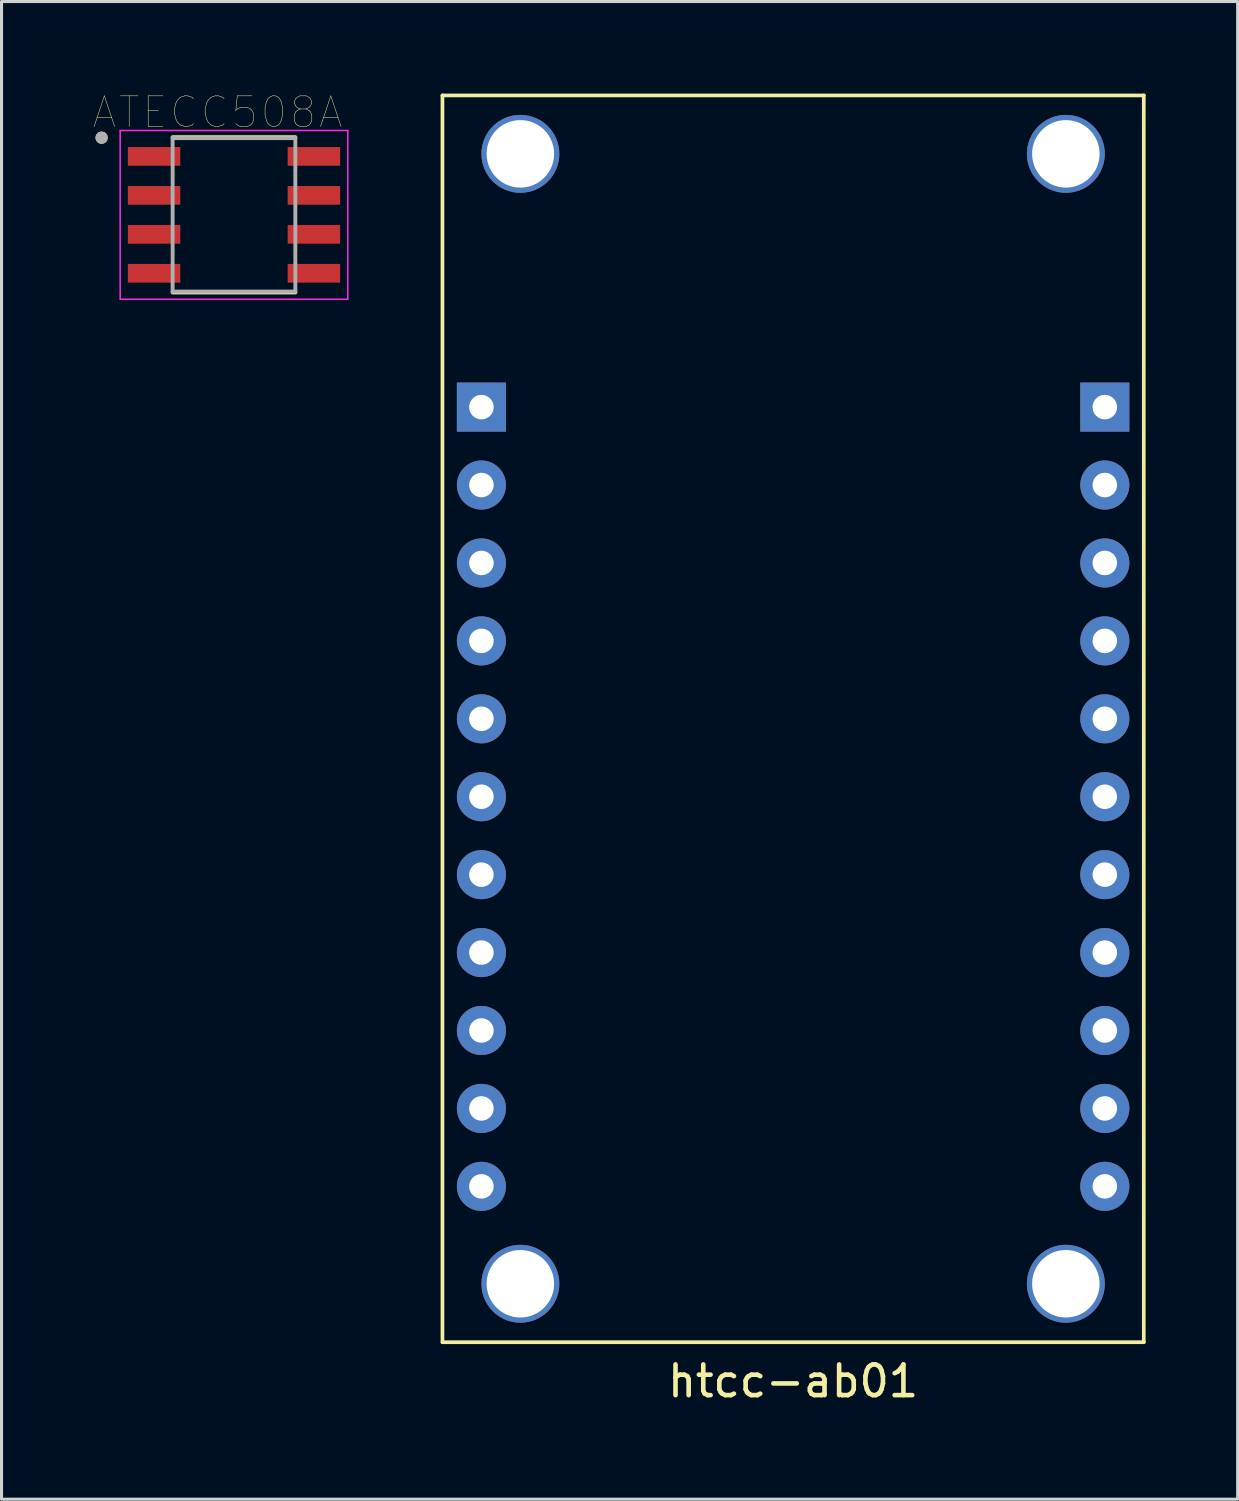
<source format=kicad_pcb>
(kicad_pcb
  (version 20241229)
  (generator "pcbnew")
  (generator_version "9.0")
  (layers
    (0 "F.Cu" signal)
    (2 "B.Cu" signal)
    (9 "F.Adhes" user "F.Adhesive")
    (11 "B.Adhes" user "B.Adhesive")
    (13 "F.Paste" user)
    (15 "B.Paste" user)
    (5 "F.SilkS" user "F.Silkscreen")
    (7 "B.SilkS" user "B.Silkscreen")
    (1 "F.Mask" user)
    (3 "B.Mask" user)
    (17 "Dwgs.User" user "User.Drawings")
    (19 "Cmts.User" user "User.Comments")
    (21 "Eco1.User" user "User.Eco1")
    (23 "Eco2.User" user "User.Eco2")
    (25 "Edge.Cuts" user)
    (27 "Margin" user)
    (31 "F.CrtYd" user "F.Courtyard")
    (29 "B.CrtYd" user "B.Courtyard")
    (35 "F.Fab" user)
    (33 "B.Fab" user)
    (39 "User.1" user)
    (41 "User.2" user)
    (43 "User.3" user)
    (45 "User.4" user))
  (footprint "ATECC508A"
    (layer "F.Cu")
    (at 4.577 3.953)
    (property "Reference" "ATECC508A" (at -0.535 -3.342 0) (layer "F.SilkS") (effects (font (size 1 1) (thickness 0.015))))
    (attr through_hole)
    (fp_line (start -2 -2.53) (end 2 -2.53) (stroke (width 0.127) (type solid)) (layer "F.SilkS"))
    (fp_line (start -2 2.53) (end 2 2.53) (stroke (width 0.127) (type solid)) (layer "F.SilkS"))
    (fp_circle (center -4.315 -2.515) (end -4.215 -2.515) (stroke (width 0.2) (type solid)) (fill no) (layer "F.SilkS"))
    (fp_line (start -3.71 -2.75) (end -3.71 2.75) (stroke (width 0.05) (type solid)) (layer "F.CrtYd"))
    (fp_line (start -3.71 -2.75) (end 3.71 -2.75) (stroke (width 0.05) (type solid)) (layer "F.CrtYd"))
    (fp_line (start -3.71 2.75) (end 3.71 2.75) (stroke (width 0.05) (type solid)) (layer "F.CrtYd"))
    (fp_line (start 3.71 -2.75) (end 3.71 2.75) (stroke (width 0.05) (type solid)) (layer "F.CrtYd"))
    (fp_line (start -2 -2.5) (end -2 2.5) (stroke (width 0.127) (type solid)) (layer "F.Fab"))
    (fp_line (start -2 -2.5) (end 2 -2.5) (stroke (width 0.127) (type solid)) (layer "F.Fab"))
    (fp_line (start -2 2.5) (end 2 2.5) (stroke (width 0.127) (type solid)) (layer "F.Fab"))
    (fp_line (start 2 -2.5) (end 2 2.5) (stroke (width 0.127) (type solid)) (layer "F.Fab"))
    (fp_circle (center -4.315 -2.515) (end -4.215 -2.515) (stroke (width 0.2) (type solid)) (fill no) (layer "F.Fab"))
    (pad "1" smd rect (at -2.605 -1.905) (size 1.71 0.61) (layers "F.Cu" "F.Mask" "F.Paste"))
    (pad "2" smd rect (at -2.605 -0.635) (size 1.71 0.61) (layers "F.Cu" "F.Mask" "F.Paste"))
    (pad "3" smd rect (at -2.605 0.635) (size 1.71 0.61) (layers "F.Cu" "F.Mask" "F.Paste"))
    (pad "4" smd rect (at -2.605 1.905) (size 1.71 0.61) (layers "F.Cu" "F.Mask" "F.Paste"))
    (pad "5" smd rect (at 2.605 1.905) (size 1.71 0.61) (layers "F.Cu" "F.Mask" "F.Paste"))
    (pad "6" smd rect (at 2.605 0.635) (size 1.71 0.61) (layers "F.Cu" "F.Mask" "F.Paste"))
    (pad "7" smd rect (at 2.605 -0.635) (size 1.71 0.61) (layers "F.Cu" "F.Mask" "F.Paste"))
    (pad "8" smd rect (at 2.605 -1.905) (size 1.71 0.61) (layers "F.Cu" "F.Mask" "F.Paste")))
  (footprint "htcc-ab01"
    (layer "F.Cu")
    (at 22.802 20.38)
    (property "Reference" "htcc-ab01" (at 0 21.59 0) (layer "F.SilkS") (effects (font (size 1 1) (thickness 0.15))))
    (attr through_hole)
    (fp_line (start -11.43 -20.32) (end 11.43 -20.32) (stroke (width 0.12) (type solid)) (layer "F.SilkS"))
    (fp_line (start -11.43 20.32) (end -11.43 -20.32) (stroke (width 0.12) (type solid)) (layer "F.SilkS"))
    (fp_line (start 11.43 -20.32) (end 11.43 20.32) (stroke (width 0.12) (type solid)) (layer "F.SilkS"))
    (fp_line (start 11.43 20.32) (end -11.43 20.32) (stroke (width 0.12) (type solid)) (layer "F.SilkS"))
    (pad "0" thru_hole circle (at -8.89 -18.415) (size 2.54 2.54) (drill 2.2) (layers "*.Cu" "*.Mask"))
    (pad "0" thru_hole circle (at -8.89 18.415) (size 2.54 2.54) (drill 2.2) (layers "*.Cu" "*.Mask"))
    (pad "0" thru_hole circle (at 8.89 -18.415) (size 2.54 2.54) (drill 2.2) (layers "*.Cu" "*.Mask"))
    (pad "0" thru_hole circle (at 8.89 18.415) (size 2.54 2.54) (drill 2.2) (layers "*.Cu" "*.Mask"))
    (pad "1" thru_hole rect (at -10.16 -10.16) (size 1.6 1.6) (drill 0.8) (layers "*.Cu" "*.Mask"))
    (pad "2" thru_hole circle (at -10.16 -7.62) (size 1.6 1.6) (drill 0.8) (layers "*.Cu" "*.Mask"))
    (pad "3" thru_hole circle (at -10.16 -5.08) (size 1.6 1.6) (drill 0.8) (layers "*.Cu" "*.Mask"))
    (pad "4" thru_hole circle (at -10.16 -2.54) (size 1.6 1.6) (drill 0.8) (layers "*.Cu" "*.Mask"))
    (pad "5" thru_hole circle (at -10.16 0) (size 1.6 1.6) (drill 0.8) (layers "*.Cu" "*.Mask"))
    (pad "6" thru_hole circle (at -10.16 2.54) (size 1.6 1.6) (drill 0.8) (layers "*.Cu" "*.Mask"))
    (pad "7" thru_hole circle (at -10.16 5.08) (size 1.6 1.6) (drill 0.8) (layers "*.Cu" "*.Mask"))
    (pad "8" thru_hole circle (at -10.16 7.62) (size 1.6 1.6) (drill 0.8) (layers "*.Cu" "*.Mask"))
    (pad "9" thru_hole circle (at -10.16 10.16) (size 1.6 1.6) (drill 0.8) (layers "*.Cu" "*.Mask"))
    (pad "10" thru_hole circle (at -10.16 12.7) (size 1.6 1.6) (drill 0.8) (layers "*.Cu" "*.Mask"))
    (pad "11" thru_hole circle (at -10.16 15.24) (size 1.6 1.6) (drill 0.8) (layers "*.Cu" "*.Mask"))
    (pad "12" thru_hole circle (at 10.16 15.24) (size 1.6 1.6) (drill 0.8) (layers "*.Cu" "*.Mask"))
    (pad "13" thru_hole circle (at 10.16 12.7) (size 1.6 1.6) (drill 0.8) (layers "*.Cu" "*.Mask"))
    (pad "14" thru_hole circle (at 10.16 10.16) (size 1.6 1.6) (drill 0.8) (layers "*.Cu" "*.Mask"))
    (pad "15" thru_hole circle (at 10.16 7.62) (size 1.6 1.6) (drill 0.8) (layers "*.Cu" "*.Mask"))
    (pad "16" thru_hole circle (at 10.16 5.08) (size 1.6 1.6) (drill 0.8) (layers "*.Cu" "*.Mask"))
    (pad "17" thru_hole circle (at 10.16 2.54) (size 1.6 1.6) (drill 0.8) (layers "*.Cu" "*.Mask"))
    (pad "18" thru_hole circle (at 10.16 0) (size 1.6 1.6) (drill 0.8) (layers "*.Cu" "*.Mask"))
    (pad "19" thru_hole circle (at 10.16 -2.54) (size 1.6 1.6) (drill 0.8) (layers "*.Cu" "*.Mask"))
    (pad "20" thru_hole circle (at 10.16 -5.08) (size 1.6 1.6) (drill 0.8) (layers "*.Cu" "*.Mask"))
    (pad "21" thru_hole circle (at 10.16 -7.62) (size 1.6 1.6) (drill 0.8) (layers "*.Cu" "*.Mask"))
    (pad "22" thru_hole rect (at 10.16 -10.16) (size 1.6 1.6) (drill 0.8) (layers "*.Cu" "*.Mask")))
  (gr_rect
    (start -3 -3)
    (end 37.292 45.818)
    (stroke (width 0.1) (type default))
    (fill no)
    (layer "Edge.Cuts")))
</source>
